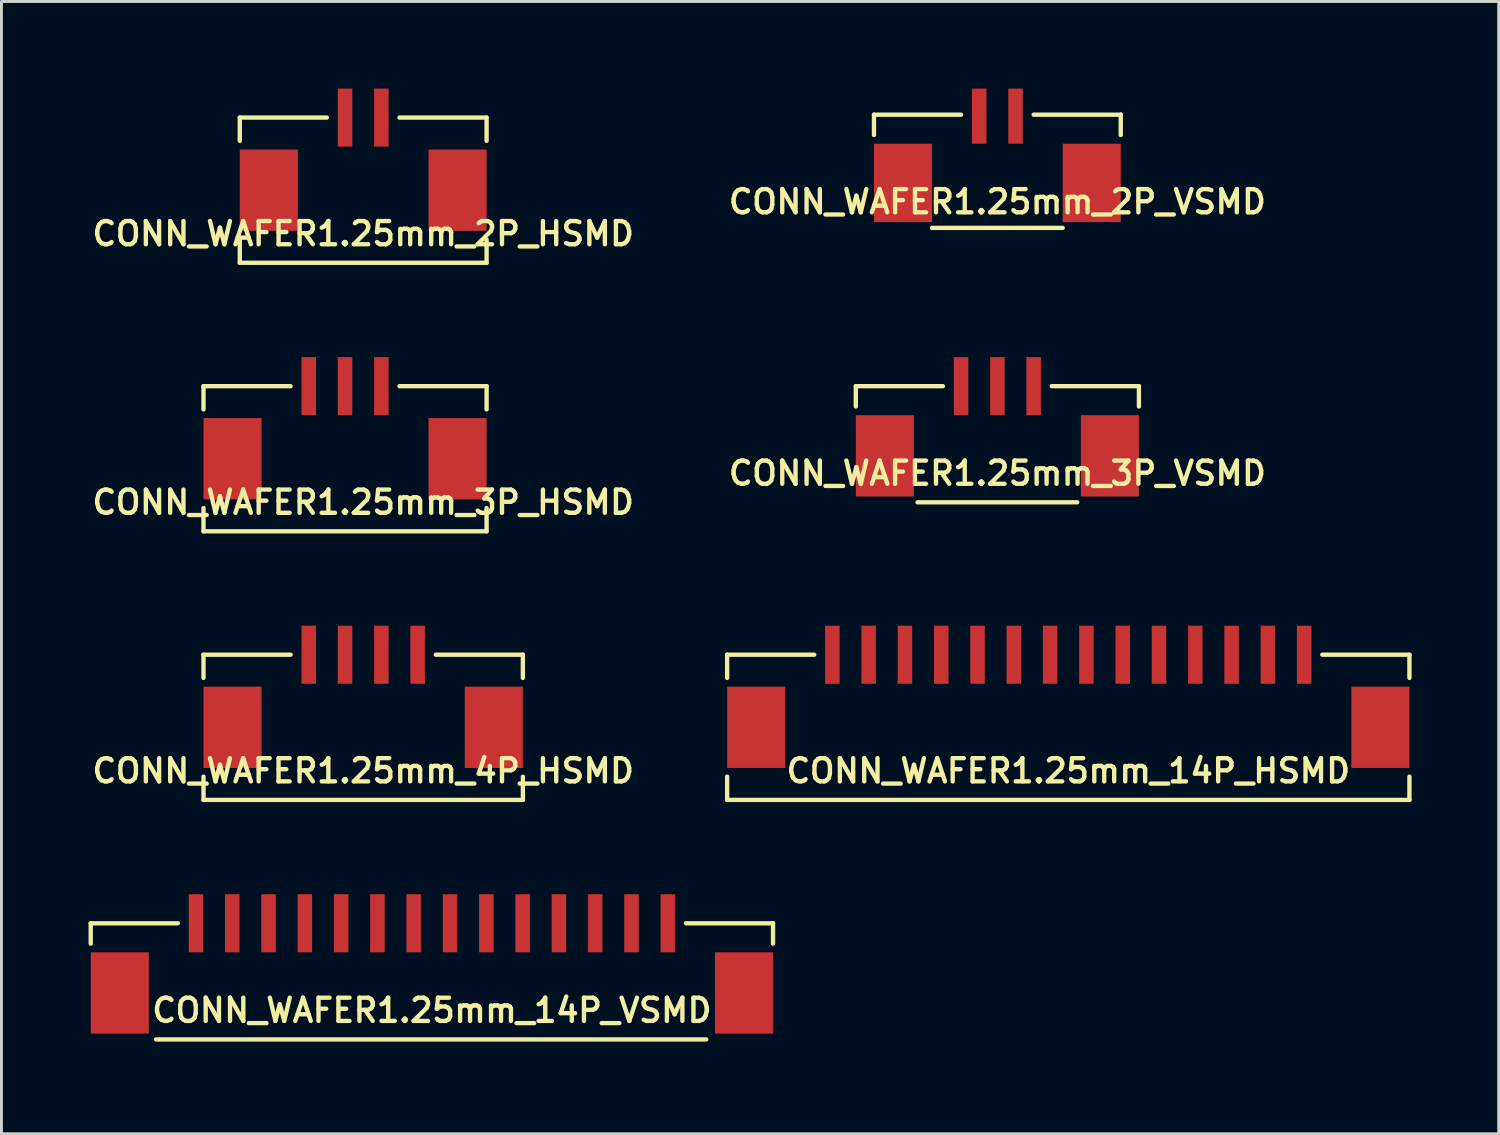
<source format=kicad_pcb>
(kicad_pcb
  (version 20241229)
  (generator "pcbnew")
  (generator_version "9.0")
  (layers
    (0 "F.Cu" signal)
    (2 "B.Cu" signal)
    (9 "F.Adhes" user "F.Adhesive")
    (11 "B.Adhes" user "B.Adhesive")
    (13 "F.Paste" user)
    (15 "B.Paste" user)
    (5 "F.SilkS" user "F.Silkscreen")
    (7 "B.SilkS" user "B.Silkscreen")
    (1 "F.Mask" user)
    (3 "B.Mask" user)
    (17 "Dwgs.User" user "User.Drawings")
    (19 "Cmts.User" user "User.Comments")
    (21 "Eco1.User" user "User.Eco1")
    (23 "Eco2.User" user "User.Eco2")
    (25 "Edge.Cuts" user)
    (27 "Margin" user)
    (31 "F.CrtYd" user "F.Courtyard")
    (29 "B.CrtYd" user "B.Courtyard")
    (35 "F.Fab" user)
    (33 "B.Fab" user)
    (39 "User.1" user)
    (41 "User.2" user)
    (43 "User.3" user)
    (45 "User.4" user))
  (footprint "CONN_WAFER1.25mm_2P_VSMD"
    (layer "F.Cu")
    (at 31.302 4.9)
    (property "Reference" "CONN_WAFER1.25mm_2P_VSMD" (at 0 -1 0) (layer "F.SilkS") (effects (font (size 0.8 0.8) (thickness 0.15))))
    (attr through_hole)
    (fp_line (start -4.25 -4) (end -1.25 -4) (stroke (width 0.15) (type solid)) (layer "F.SilkS"))
    (fp_line (start -4.25 -3.3) (end -4.25 -4) (stroke (width 0.15) (type solid)) (layer "F.SilkS"))
    (fp_line (start 2.25 -0.1) (end -2.25 -0.1) (stroke (width 0.15) (type solid)) (layer "F.SilkS"))
    (fp_line (start 4.25 -4) (end 1.25 -4) (stroke (width 0.15) (type solid)) (layer "F.SilkS"))
    (fp_line (start 4.25 -4) (end 4.25 -3.3) (stroke (width 0.15) (type solid)) (layer "F.SilkS"))
    (pad "1" smd rect (at -0.625 -3.95) (size 0.5 1.9) (layers "F.Cu" "F.Mask" "F.Paste"))
    (pad "2" smd rect (at 0.625 -3.95) (size 0.5 1.9) (layers "F.Cu" "F.Mask" "F.Paste"))
    (pad "SH" smd rect (at -3.25 -1.65) (size 2 2.7) (layers "F.Cu" "F.Mask" "F.Paste"))
    (pad "SH" smd rect (at 3.25 -1.65) (size 2 2.7) (layers "F.Cu" "F.Mask" "F.Paste")))
  (footprint "CONN_WAFER1.25mm_14P_HSMD"
    (layer "F.Cu")
    (at 33.744 24.5)
    (property "Reference" "CONN_WAFER1.25mm_14P_HSMD" (at 0 -1 0) (layer "F.SilkS") (effects (font (size 0.8 0.8) (thickness 0.15))))
    (attr through_hole)
    (fp_line (start -11.75 -5) (end -8.75 -5) (stroke (width 0.15) (type solid)) (layer "F.SilkS"))
    (fp_line (start -11.75 -4.2) (end -11.75 -5) (stroke (width 0.15) (type solid)) (layer "F.SilkS"))
    (fp_line (start -11.75 0) (end -11.75 -0.8) (stroke (width 0.15) (type solid)) (layer "F.SilkS"))
    (fp_line (start 11.75 -5) (end 8.75 -5) (stroke (width 0.15) (type solid)) (layer "F.SilkS"))
    (fp_line (start 11.75 -5) (end 11.75 -4.2) (stroke (width 0.15) (type solid)) (layer "F.SilkS"))
    (fp_line (start 11.75 0) (end -11.75 0) (stroke (width 0.15) (type solid)) (layer "F.SilkS"))
    (fp_line (start 11.75 0) (end 11.75 -0.8) (stroke (width 0.15) (type solid)) (layer "F.SilkS"))
    (pad "1" smd rect (at -8.125 -5) (size 0.5 2) (layers "F.Cu" "F.Mask" "F.Paste"))
    (pad "2" smd rect (at -6.875 -5) (size 0.5 2) (layers "F.Cu" "F.Mask" "F.Paste"))
    (pad "3" smd rect (at -5.625 -5) (size 0.5 2) (layers "F.Cu" "F.Mask" "F.Paste"))
    (pad "4" smd rect (at -4.375 -5) (size 0.5 2) (layers "F.Cu" "F.Mask" "F.Paste"))
    (pad "5" smd rect (at -3.125 -5) (size 0.5 2) (layers "F.Cu" "F.Mask" "F.Paste"))
    (pad "6" smd rect (at -1.875 -5) (size 0.5 2) (layers "F.Cu" "F.Mask" "F.Paste"))
    (pad "7" smd rect (at -0.625 -5) (size 0.5 2) (layers "F.Cu" "F.Mask" "F.Paste"))
    (pad "8" smd rect (at 0.625 -5) (size 0.5 2) (layers "F.Cu" "F.Mask" "F.Paste"))
    (pad "9" smd rect (at 1.875 -5) (size 0.5 2) (layers "F.Cu" "F.Mask" "F.Paste"))
    (pad "10" smd rect (at 3.125 -5) (size 0.5 2) (layers "F.Cu" "F.Mask" "F.Paste"))
    (pad "11" smd rect (at 4.375 -5) (size 0.5 2) (layers "F.Cu" "F.Mask" "F.Paste"))
    (pad "12" smd rect (at 5.625 -5) (size 0.5 2) (layers "F.Cu" "F.Mask" "F.Paste"))
    (pad "13" smd rect (at 6.875 -5) (size 0.5 2) (layers "F.Cu" "F.Mask" "F.Paste"))
    (pad "14" smd rect (at 8.125 -5) (size 0.5 2) (layers "F.Cu" "F.Mask" "F.Paste"))
    (pad "SH" smd rect (at -10.75 -2.5) (size 2 2.8) (layers "F.Cu" "F.Mask" "F.Paste"))
    (pad "SH" smd rect (at 10.75 -2.5) (size 2 2.8) (layers "F.Cu" "F.Mask" "F.Paste")))
  (footprint "CONN_WAFER1.25mm_3P_VSMD"
    (layer "F.Cu")
    (at 31.302 14.25)
    (property "Reference" "CONN_WAFER1.25mm_3P_VSMD" (at 0 -1 0) (layer "F.SilkS") (effects (font (size 0.8 0.8) (thickness 0.15))))
    (attr through_hole)
    (fp_line (start -4.875 -4) (end -1.875 -4) (stroke (width 0.15) (type solid)) (layer "F.SilkS"))
    (fp_line (start -4.875 -3.3) (end -4.875 -4) (stroke (width 0.15) (type solid)) (layer "F.SilkS"))
    (fp_line (start 2.75 0) (end -2.75 0) (stroke (width 0.15) (type solid)) (layer "F.SilkS"))
    (fp_line (start 4.875 -4) (end 1.875 -4) (stroke (width 0.15) (type solid)) (layer "F.SilkS"))
    (fp_line (start 4.875 -4) (end 4.875 -3.3) (stroke (width 0.15) (type solid)) (layer "F.SilkS"))
    (pad "1" smd rect (at -1.25 -4) (size 0.5 2) (layers "F.Cu" "F.Mask" "F.Paste"))
    (pad "2" smd rect (at 0 -4) (size 0.5 2) (layers "F.Cu" "F.Mask" "F.Paste"))
    (pad "3" smd rect (at 1.25 -4) (size 0.5 2) (layers "F.Cu" "F.Mask" "F.Paste"))
    (pad "SH" smd rect (at -3.875 -1.6) (size 2 2.8) (layers "F.Cu" "F.Mask" "F.Paste"))
    (pad "SH" smd rect (at 3.875 -1.6) (size 2 2.8) (layers "F.Cu" "F.Mask" "F.Paste")))
  (footprint "CONN_WAFER1.25mm_14P_VSMD"
    (layer "F.Cu")
    (at 11.825 32.75)
    (property "Reference" "CONN_WAFER1.25mm_14P_VSMD" (at 0 -1 0) (layer "F.SilkS") (effects (font (size 0.8 0.8) (thickness 0.15))))
    (attr through_hole)
    (fp_line (start -11.75 -4) (end -8.75 -4) (stroke (width 0.15) (type solid)) (layer "F.SilkS"))
    (fp_line (start -11.75 -3.3) (end -11.75 -4) (stroke (width 0.15) (type solid)) (layer "F.SilkS"))
    (fp_line (start 9.45 0) (end -9.5 0) (stroke (width 0.15) (type solid)) (layer "F.SilkS"))
    (fp_line (start 11.75 -4) (end 8.75 -4) (stroke (width 0.15) (type solid)) (layer "F.SilkS"))
    (fp_line (start 11.75 -4) (end 11.75 -3.3) (stroke (width 0.15) (type solid)) (layer "F.SilkS"))
    (pad "1" smd rect (at -8.125 -4) (size 0.5 2) (layers "F.Cu" "F.Mask" "F.Paste"))
    (pad "2" smd rect (at -6.875 -4) (size 0.5 2) (layers "F.Cu" "F.Mask" "F.Paste"))
    (pad "3" smd rect (at -5.625 -4) (size 0.5 2) (layers "F.Cu" "F.Mask" "F.Paste"))
    (pad "4" smd rect (at -4.375 -4) (size 0.5 2) (layers "F.Cu" "F.Mask" "F.Paste"))
    (pad "5" smd rect (at -3.125 -4) (size 0.5 2) (layers "F.Cu" "F.Mask" "F.Paste"))
    (pad "6" smd rect (at -1.875 -4) (size 0.5 2) (layers "F.Cu" "F.Mask" "F.Paste"))
    (pad "7" smd rect (at -0.625 -4) (size 0.5 2) (layers "F.Cu" "F.Mask" "F.Paste"))
    (pad "8" smd rect (at 0.625 -4) (size 0.5 2) (layers "F.Cu" "F.Mask" "F.Paste"))
    (pad "9" smd rect (at 1.875 -4) (size 0.5 2) (layers "F.Cu" "F.Mask" "F.Paste"))
    (pad "10" smd rect (at 3.125 -4) (size 0.5 2) (layers "F.Cu" "F.Mask" "F.Paste"))
    (pad "11" smd rect (at 4.375 -4) (size 0.5 2) (layers "F.Cu" "F.Mask" "F.Paste"))
    (pad "12" smd rect (at 5.625 -4) (size 0.5 2) (layers "F.Cu" "F.Mask" "F.Paste"))
    (pad "13" smd rect (at 6.875 -4) (size 0.5 2) (layers "F.Cu" "F.Mask" "F.Paste"))
    (pad "14" smd rect (at 8.125 -4) (size 0.5 2) (layers "F.Cu" "F.Mask" "F.Paste"))
    (pad "SH" smd rect (at -10.75 -1.6) (size 2 2.8) (layers "F.Cu" "F.Mask" "F.Paste"))
    (pad "SH" smd rect (at 10.75 -1.6) (size 2 2.8) (layers "F.Cu" "F.Mask" "F.Paste")))
  (footprint "CONN_WAFER1.25mm_2P_HSMD"
    (layer "F.Cu")
    (at 9.459 6)
    (property "Reference" "CONN_WAFER1.25mm_2P_HSMD" (at 0 -1 0) (layer "F.SilkS") (effects (font (size 0.8 0.8) (thickness 0.15))))
    (attr through_hole)
    (fp_line (start -4.25 -5) (end -1.25 -5) (stroke (width 0.15) (type solid)) (layer "F.SilkS"))
    (fp_line (start -4.25 -4.2) (end -4.25 -5) (stroke (width 0.15) (type solid)) (layer "F.SilkS"))
    (fp_line (start -4.25 0) (end -4.25 -0.8) (stroke (width 0.15) (type solid)) (layer "F.SilkS"))
    (fp_line (start 4.25 -5) (end 1.25 -5) (stroke (width 0.15) (type solid)) (layer "F.SilkS"))
    (fp_line (start 4.25 -5) (end 4.25 -4.2) (stroke (width 0.15) (type solid)) (layer "F.SilkS"))
    (fp_line (start 4.25 0) (end -4.25 0) (stroke (width 0.15) (type solid)) (layer "F.SilkS"))
    (fp_line (start 4.25 0) (end 4.25 -0.8) (stroke (width 0.15) (type solid)) (layer "F.SilkS"))
    (pad "1" smd rect (at -0.625 -5) (size 0.5 2) (layers "F.Cu" "F.Mask" "F.Paste"))
    (pad "2" smd rect (at 0.625 -5) (size 0.5 2) (layers "F.Cu" "F.Mask" "F.Paste"))
    (pad "SH" smd rect (at -3.25 -2.5) (size 2 2.8) (layers "F.Cu" "F.Mask" "F.Paste"))
    (pad "SH" smd rect (at 3.25 -2.5) (size 2 2.8) (layers "F.Cu" "F.Mask" "F.Paste")))
  (footprint "CONN_WAFER1.25mm_4P_HSMD"
    (layer "F.Cu")
    (at 9.459 24.5)
    (property "Reference" "CONN_WAFER1.25mm_4P_HSMD" (at 0 -1 0) (layer "F.SilkS") (effects (font (size 0.8 0.8) (thickness 0.15))))
    (attr through_hole)
    (fp_line (start -5.5 -5) (end -2.5 -5) (stroke (width 0.15) (type solid)) (layer "F.SilkS"))
    (fp_line (start -5.5 -4.2) (end -5.5 -5) (stroke (width 0.15) (type solid)) (layer "F.SilkS"))
    (fp_line (start -5.5 0) (end -5.5 -0.8) (stroke (width 0.15) (type solid)) (layer "F.SilkS"))
    (fp_line (start 5.5 -5) (end 2.5 -5) (stroke (width 0.15) (type solid)) (layer "F.SilkS"))
    (fp_line (start 5.5 -5) (end 5.5 -4.2) (stroke (width 0.15) (type solid)) (layer "F.SilkS"))
    (fp_line (start 5.5 0) (end -5.5 0) (stroke (width 0.15) (type solid)) (layer "F.SilkS"))
    (fp_line (start 5.5 0) (end 5.5 -0.8) (stroke (width 0.15) (type solid)) (layer "F.SilkS"))
    (pad "1" smd rect (at -1.875 -5) (size 0.5 2) (layers "F.Cu" "F.Mask" "F.Paste"))
    (pad "2" smd rect (at -0.625 -5) (size 0.5 2) (layers "F.Cu" "F.Mask" "F.Paste"))
    (pad "3" smd rect (at 0.625 -5) (size 0.5 2) (layers "F.Cu" "F.Mask" "F.Paste"))
    (pad "4" smd rect (at 1.875 -5) (size 0.5 2) (layers "F.Cu" "F.Mask" "F.Paste"))
    (pad "SH" smd rect (at -4.5 -2.5) (size 2 2.8) (layers "F.Cu" "F.Mask" "F.Paste"))
    (pad "SH" smd rect (at 4.5 -2.5) (size 2 2.8) (layers "F.Cu" "F.Mask" "F.Paste")))
  (footprint "CONN_WAFER1.25mm_3P_HSMD"
    (layer "F.Cu")
    (at 8.834 15.25)
    (property "Reference" "CONN_WAFER1.25mm_3P_HSMD" (at 0.625 -1 0) (layer "F.SilkS") (effects (font (size 0.8 0.8) (thickness 0.15))))
    (attr through_hole)
    (fp_line (start -4.875 -5) (end -1.875 -5) (stroke (width 0.15) (type solid)) (layer "F.SilkS"))
    (fp_line (start -4.875 -4.2) (end -4.875 -5) (stroke (width 0.15) (type solid)) (layer "F.SilkS"))
    (fp_line (start -4.875 0) (end -4.875 -0.8) (stroke (width 0.15) (type solid)) (layer "F.SilkS"))
    (fp_line (start 4.875 -5) (end 1.875 -5) (stroke (width 0.15) (type solid)) (layer "F.SilkS"))
    (fp_line (start 4.875 -5) (end 4.875 -4.2) (stroke (width 0.15) (type solid)) (layer "F.SilkS"))
    (fp_line (start 4.875 0) (end -4.875 0) (stroke (width 0.15) (type solid)) (layer "F.SilkS"))
    (fp_line (start 4.875 0) (end 4.875 -0.8) (stroke (width 0.15) (type solid)) (layer "F.SilkS"))
    (pad "1" smd rect (at -1.25 -5) (size 0.5 2) (layers "F.Cu" "F.Mask" "F.Paste"))
    (pad "2" smd rect (at 0 -5) (size 0.5 2) (layers "F.Cu" "F.Mask" "F.Paste"))
    (pad "3" smd rect (at 1.25 -5) (size 0.5 2) (layers "F.Cu" "F.Mask" "F.Paste"))
    (pad "SH" smd rect (at -3.875 -2.5) (size 2 2.8) (layers "F.Cu" "F.Mask" "F.Paste"))
    (pad "SH" smd rect (at 3.875 -2.5) (size 2 2.8) (layers "F.Cu" "F.Mask" "F.Paste")))
  (gr_rect
    (start -3 -3)
    (end 48.569 36)
    (stroke (width 0.1) (type default))
    (fill no)
    (layer "Edge.Cuts")))
</source>
